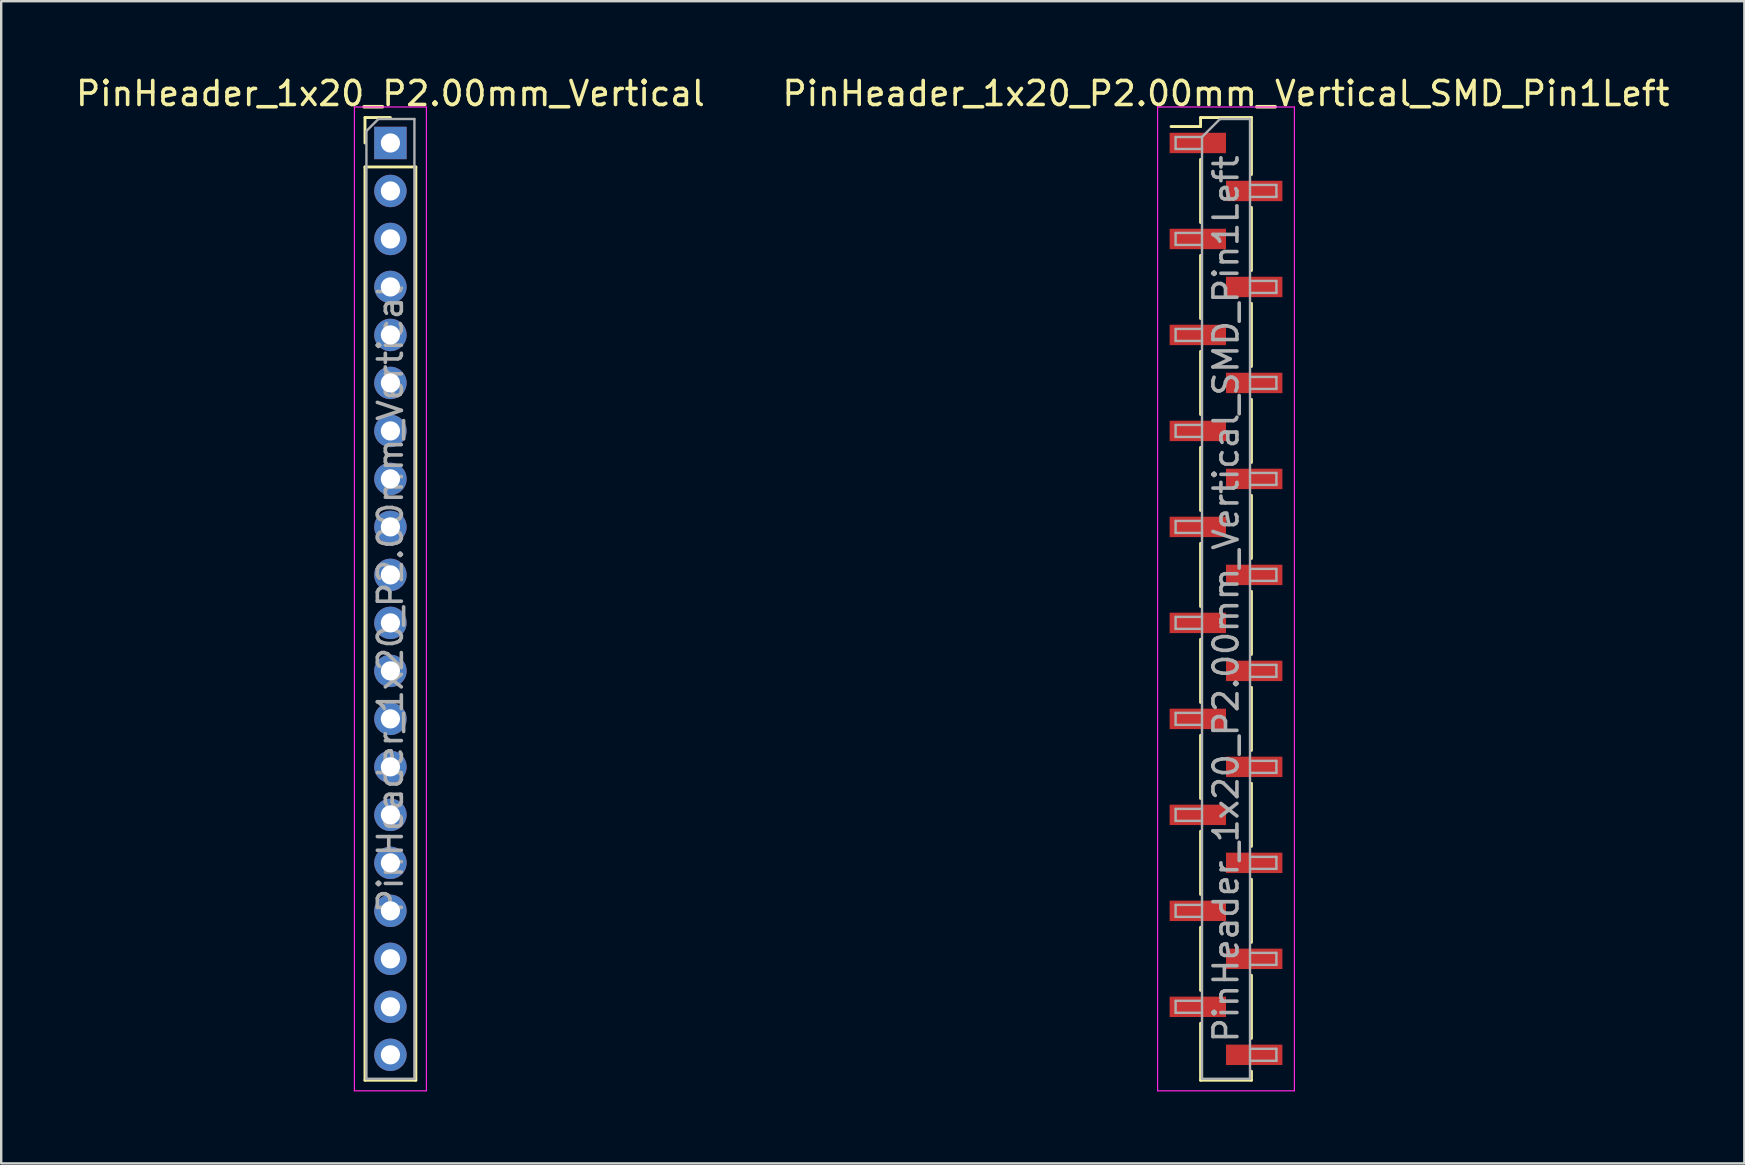
<source format=kicad_pcb>
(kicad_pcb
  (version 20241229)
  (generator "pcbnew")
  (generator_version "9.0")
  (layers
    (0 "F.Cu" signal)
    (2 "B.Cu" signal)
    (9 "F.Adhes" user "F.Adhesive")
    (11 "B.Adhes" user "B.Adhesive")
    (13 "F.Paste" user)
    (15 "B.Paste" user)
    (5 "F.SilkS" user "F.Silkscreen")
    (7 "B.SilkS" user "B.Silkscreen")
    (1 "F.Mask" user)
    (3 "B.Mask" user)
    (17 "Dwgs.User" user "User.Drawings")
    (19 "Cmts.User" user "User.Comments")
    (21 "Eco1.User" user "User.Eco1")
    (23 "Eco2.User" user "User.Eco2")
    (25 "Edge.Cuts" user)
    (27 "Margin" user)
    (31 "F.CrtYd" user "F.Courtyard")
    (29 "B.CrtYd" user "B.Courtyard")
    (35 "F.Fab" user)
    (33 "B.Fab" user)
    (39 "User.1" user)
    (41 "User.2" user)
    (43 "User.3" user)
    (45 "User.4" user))
  (footprint "PinHeader_1x20_P2.00mm_Vertical_SMD_Pin1Left"
    (layer "F.Cu")
    (at 48.042 21.908)
    (property "Reference" "PinHeader_1x20_P2.00mm_Vertical_SMD_Pin1Left" (at 0 -21.06 0) (layer "F.SilkS") (effects (font (size 1 1) (thickness 0.15))))
    (attr smd)
    (fp_line (start -1.06 -20.06) (end -1.06 -19.685) (stroke (width 0.12) (type solid)) (layer "F.SilkS"))
    (fp_line (start -1.06 -20.06) (end 1.06 -20.06) (stroke (width 0.12) (type solid)) (layer "F.SilkS"))
    (fp_line (start -1.06 -19.685) (end -2.29 -19.685) (stroke (width 0.12) (type solid)) (layer "F.SilkS"))
    (fp_line (start -1.06 -18.315) (end -1.06 -15.685) (stroke (width 0.12) (type solid)) (layer "F.SilkS"))
    (fp_line (start -1.06 -14.315) (end -1.06 -11.685) (stroke (width 0.12) (type solid)) (layer "F.SilkS"))
    (fp_line (start -1.06 -10.315) (end -1.06 -7.685) (stroke (width 0.12) (type solid)) (layer "F.SilkS"))
    (fp_line (start -1.06 -6.315) (end -1.06 -3.685) (stroke (width 0.12) (type solid)) (layer "F.SilkS"))
    (fp_line (start -1.06 -2.315) (end -1.06 0.315) (stroke (width 0.12) (type solid)) (layer "F.SilkS"))
    (fp_line (start -1.06 1.685) (end -1.06 4.315) (stroke (width 0.12) (type solid)) (layer "F.SilkS"))
    (fp_line (start -1.06 5.685) (end -1.06 8.315) (stroke (width 0.12) (type solid)) (layer "F.SilkS"))
    (fp_line (start -1.06 9.685) (end -1.06 12.315) (stroke (width 0.12) (type solid)) (layer "F.SilkS"))
    (fp_line (start -1.06 13.685) (end -1.06 16.315) (stroke (width 0.12) (type solid)) (layer "F.SilkS"))
    (fp_line (start -1.06 17.685) (end -1.06 20.06) (stroke (width 0.12) (type solid)) (layer "F.SilkS"))
    (fp_line (start -1.06 20.06) (end 1.06 20.06) (stroke (width 0.12) (type solid)) (layer "F.SilkS"))
    (fp_line (start 1.06 -20.06) (end 1.06 -17.685) (stroke (width 0.12) (type solid)) (layer "F.SilkS"))
    (fp_line (start 1.06 -16.315) (end 1.06 -13.685) (stroke (width 0.12) (type solid)) (layer "F.SilkS"))
    (fp_line (start 1.06 -12.315) (end 1.06 -9.685) (stroke (width 0.12) (type solid)) (layer "F.SilkS"))
    (fp_line (start 1.06 -8.315) (end 1.06 -5.685) (stroke (width 0.12) (type solid)) (layer "F.SilkS"))
    (fp_line (start 1.06 -4.315) (end 1.06 -1.685) (stroke (width 0.12) (type solid)) (layer "F.SilkS"))
    (fp_line (start 1.06 -0.315) (end 1.06 2.315) (stroke (width 0.12) (type solid)) (layer "F.SilkS"))
    (fp_line (start 1.06 3.685) (end 1.06 6.315) (stroke (width 0.12) (type solid)) (layer "F.SilkS"))
    (fp_line (start 1.06 7.685) (end 1.06 10.315) (stroke (width 0.12) (type solid)) (layer "F.SilkS"))
    (fp_line (start 1.06 11.685) (end 1.06 14.315) (stroke (width 0.12) (type solid)) (layer "F.SilkS"))
    (fp_line (start 1.06 15.685) (end 1.06 18.315) (stroke (width 0.12) (type solid)) (layer "F.SilkS"))
    (fp_line (start 1.06 19.685) (end 1.06 20.06) (stroke (width 0.12) (type solid)) (layer "F.SilkS"))
    (fp_line (start -2.85 -20.5) (end -2.85 20.5) (stroke (width 0.05) (type solid)) (layer "F.CrtYd"))
    (fp_line (start -2.85 20.5) (end 2.85 20.5) (stroke (width 0.05) (type solid)) (layer "F.CrtYd"))
    (fp_line (start 2.85 -20.5) (end -2.85 -20.5) (stroke (width 0.05) (type solid)) (layer "F.CrtYd"))
    (fp_line (start 2.85 20.5) (end 2.85 -20.5) (stroke (width 0.05) (type solid)) (layer "F.CrtYd"))
    (fp_line (start -2.1 -19.25) (end -2.1 -18.75) (stroke (width 0.1) (type solid)) (layer "F.Fab"))
    (fp_line (start -2.1 -18.75) (end -1 -18.75) (stroke (width 0.1) (type solid)) (layer "F.Fab"))
    (fp_line (start -2.1 -15.25) (end -2.1 -14.75) (stroke (width 0.1) (type solid)) (layer "F.Fab"))
    (fp_line (start -2.1 -14.75) (end -1 -14.75) (stroke (width 0.1) (type solid)) (layer "F.Fab"))
    (fp_line (start -2.1 -11.25) (end -2.1 -10.75) (stroke (width 0.1) (type solid)) (layer "F.Fab"))
    (fp_line (start -2.1 -10.75) (end -1 -10.75) (stroke (width 0.1) (type solid)) (layer "F.Fab"))
    (fp_line (start -2.1 -7.25) (end -2.1 -6.75) (stroke (width 0.1) (type solid)) (layer "F.Fab"))
    (fp_line (start -2.1 -6.75) (end -1 -6.75) (stroke (width 0.1) (type solid)) (layer "F.Fab"))
    (fp_line (start -2.1 -3.25) (end -2.1 -2.75) (stroke (width 0.1) (type solid)) (layer "F.Fab"))
    (fp_line (start -2.1 -2.75) (end -1 -2.75) (stroke (width 0.1) (type solid)) (layer "F.Fab"))
    (fp_line (start -2.1 0.75) (end -2.1 1.25) (stroke (width 0.1) (type solid)) (layer "F.Fab"))
    (fp_line (start -2.1 1.25) (end -1 1.25) (stroke (width 0.1) (type solid)) (layer "F.Fab"))
    (fp_line (start -2.1 4.75) (end -2.1 5.25) (stroke (width 0.1) (type solid)) (layer "F.Fab"))
    (fp_line (start -2.1 5.25) (end -1 5.25) (stroke (width 0.1) (type solid)) (layer "F.Fab"))
    (fp_line (start -2.1 8.75) (end -2.1 9.25) (stroke (width 0.1) (type solid)) (layer "F.Fab"))
    (fp_line (start -2.1 9.25) (end -1 9.25) (stroke (width 0.1) (type solid)) (layer "F.Fab"))
    (fp_line (start -2.1 12.75) (end -2.1 13.25) (stroke (width 0.1) (type solid)) (layer "F.Fab"))
    (fp_line (start -2.1 13.25) (end -1 13.25) (stroke (width 0.1) (type solid)) (layer "F.Fab"))
    (fp_line (start -2.1 16.75) (end -2.1 17.25) (stroke (width 0.1) (type solid)) (layer "F.Fab"))
    (fp_line (start -2.1 17.25) (end -1 17.25) (stroke (width 0.1) (type solid)) (layer "F.Fab"))
    (fp_line (start -1 -19.25) (end -2.1 -19.25) (stroke (width 0.1) (type solid)) (layer "F.Fab"))
    (fp_line (start -1 -19.25) (end -0.25 -20) (stroke (width 0.1) (type solid)) (layer "F.Fab"))
    (fp_line (start -1 -15.25) (end -2.1 -15.25) (stroke (width 0.1) (type solid)) (layer "F.Fab"))
    (fp_line (start -1 -11.25) (end -2.1 -11.25) (stroke (width 0.1) (type solid)) (layer "F.Fab"))
    (fp_line (start -1 -7.25) (end -2.1 -7.25) (stroke (width 0.1) (type solid)) (layer "F.Fab"))
    (fp_line (start -1 -3.25) (end -2.1 -3.25) (stroke (width 0.1) (type solid)) (layer "F.Fab"))
    (fp_line (start -1 0.75) (end -2.1 0.75) (stroke (width 0.1) (type solid)) (layer "F.Fab"))
    (fp_line (start -1 4.75) (end -2.1 4.75) (stroke (width 0.1) (type solid)) (layer "F.Fab"))
    (fp_line (start -1 8.75) (end -2.1 8.75) (stroke (width 0.1) (type solid)) (layer "F.Fab"))
    (fp_line (start -1 12.75) (end -2.1 12.75) (stroke (width 0.1) (type solid)) (layer "F.Fab"))
    (fp_line (start -1 16.75) (end -2.1 16.75) (stroke (width 0.1) (type solid)) (layer "F.Fab"))
    (fp_line (start -1 20) (end -1 -19.25) (stroke (width 0.1) (type solid)) (layer "F.Fab"))
    (fp_line (start -0.25 -20) (end 1 -20) (stroke (width 0.1) (type solid)) (layer "F.Fab"))
    (fp_line (start 1 -20) (end 1 20) (stroke (width 0.1) (type solid)) (layer "F.Fab"))
    (fp_line (start 1 -17.25) (end 2.1 -17.25) (stroke (width 0.1) (type solid)) (layer "F.Fab"))
    (fp_line (start 1 -13.25) (end 2.1 -13.25) (stroke (width 0.1) (type solid)) (layer "F.Fab"))
    (fp_line (start 1 -9.25) (end 2.1 -9.25) (stroke (width 0.1) (type solid)) (layer "F.Fab"))
    (fp_line (start 1 -5.25) (end 2.1 -5.25) (stroke (width 0.1) (type solid)) (layer "F.Fab"))
    (fp_line (start 1 -1.25) (end 2.1 -1.25) (stroke (width 0.1) (type solid)) (layer "F.Fab"))
    (fp_line (start 1 2.75) (end 2.1 2.75) (stroke (width 0.1) (type solid)) (layer "F.Fab"))
    (fp_line (start 1 6.75) (end 2.1 6.75) (stroke (width 0.1) (type solid)) (layer "F.Fab"))
    (fp_line (start 1 10.75) (end 2.1 10.75) (stroke (width 0.1) (type solid)) (layer "F.Fab"))
    (fp_line (start 1 14.75) (end 2.1 14.75) (stroke (width 0.1) (type solid)) (layer "F.Fab"))
    (fp_line (start 1 18.75) (end 2.1 18.75) (stroke (width 0.1) (type solid)) (layer "F.Fab"))
    (fp_line (start 1 20) (end -1 20) (stroke (width 0.1) (type solid)) (layer "F.Fab"))
    (fp_line (start 2.1 -17.25) (end 2.1 -16.75) (stroke (width 0.1) (type solid)) (layer "F.Fab"))
    (fp_line (start 2.1 -16.75) (end 1 -16.75) (stroke (width 0.1) (type solid)) (layer "F.Fab"))
    (fp_line (start 2.1 -13.25) (end 2.1 -12.75) (stroke (width 0.1) (type solid)) (layer "F.Fab"))
    (fp_line (start 2.1 -12.75) (end 1 -12.75) (stroke (width 0.1) (type solid)) (layer "F.Fab"))
    (fp_line (start 2.1 -9.25) (end 2.1 -8.75) (stroke (width 0.1) (type solid)) (layer "F.Fab"))
    (fp_line (start 2.1 -8.75) (end 1 -8.75) (stroke (width 0.1) (type solid)) (layer "F.Fab"))
    (fp_line (start 2.1 -5.25) (end 2.1 -4.75) (stroke (width 0.1) (type solid)) (layer "F.Fab"))
    (fp_line (start 2.1 -4.75) (end 1 -4.75) (stroke (width 0.1) (type solid)) (layer "F.Fab"))
    (fp_line (start 2.1 -1.25) (end 2.1 -0.75) (stroke (width 0.1) (type solid)) (layer "F.Fab"))
    (fp_line (start 2.1 -0.75) (end 1 -0.75) (stroke (width 0.1) (type solid)) (layer "F.Fab"))
    (fp_line (start 2.1 2.75) (end 2.1 3.25) (stroke (width 0.1) (type solid)) (layer "F.Fab"))
    (fp_line (start 2.1 3.25) (end 1 3.25) (stroke (width 0.1) (type solid)) (layer "F.Fab"))
    (fp_line (start 2.1 6.75) (end 2.1 7.25) (stroke (width 0.1) (type solid)) (layer "F.Fab"))
    (fp_line (start 2.1 7.25) (end 1 7.25) (stroke (width 0.1) (type solid)) (layer "F.Fab"))
    (fp_line (start 2.1 10.75) (end 2.1 11.25) (stroke (width 0.1) (type solid)) (layer "F.Fab"))
    (fp_line (start 2.1 11.25) (end 1 11.25) (stroke (width 0.1) (type solid)) (layer "F.Fab"))
    (fp_line (start 2.1 14.75) (end 2.1 15.25) (stroke (width 0.1) (type solid)) (layer "F.Fab"))
    (fp_line (start 2.1 15.25) (end 1 15.25) (stroke (width 0.1) (type solid)) (layer "F.Fab"))
    (fp_line (start 2.1 18.75) (end 2.1 19.25) (stroke (width 0.1) (type solid)) (layer "F.Fab"))
    (fp_line (start 2.1 19.25) (end 1 19.25) (stroke (width 0.1) (type solid)) (layer "F.Fab"))
    (fp_text user "${REFERENCE}" (at 0 0 90) (layer "F.Fab") (effects (font (size 1 1) (thickness 0.15))))
    (pad "1" smd rect (at -1.175 -19) (size 2.35 0.85) (layers "F.Cu" "F.Mask" "F.Paste"))
    (pad "2" smd rect (at 1.175 -17) (size 2.35 0.85) (layers "F.Cu" "F.Mask" "F.Paste"))
    (pad "3" smd rect (at -1.175 -15) (size 2.35 0.85) (layers "F.Cu" "F.Mask" "F.Paste"))
    (pad "4" smd rect (at 1.175 -13) (size 2.35 0.85) (layers "F.Cu" "F.Mask" "F.Paste"))
    (pad "5" smd rect (at -1.175 -11) (size 2.35 0.85) (layers "F.Cu" "F.Mask" "F.Paste"))
    (pad "6" smd rect (at 1.175 -9) (size 2.35 0.85) (layers "F.Cu" "F.Mask" "F.Paste"))
    (pad "7" smd rect (at -1.175 -7) (size 2.35 0.85) (layers "F.Cu" "F.Mask" "F.Paste"))
    (pad "8" smd rect (at 1.175 -5) (size 2.35 0.85) (layers "F.Cu" "F.Mask" "F.Paste"))
    (pad "9" smd rect (at -1.175 -3) (size 2.35 0.85) (layers "F.Cu" "F.Mask" "F.Paste"))
    (pad "10" smd rect (at 1.175 -1) (size 2.35 0.85) (layers "F.Cu" "F.Mask" "F.Paste"))
    (pad "11" smd rect (at -1.175 1) (size 2.35 0.85) (layers "F.Cu" "F.Mask" "F.Paste"))
    (pad "12" smd rect (at 1.175 3) (size 2.35 0.85) (layers "F.Cu" "F.Mask" "F.Paste"))
    (pad "13" smd rect (at -1.175 5) (size 2.35 0.85) (layers "F.Cu" "F.Mask" "F.Paste"))
    (pad "14" smd rect (at 1.175 7) (size 2.35 0.85) (layers "F.Cu" "F.Mask" "F.Paste"))
    (pad "15" smd rect (at -1.175 9) (size 2.35 0.85) (layers "F.Cu" "F.Mask" "F.Paste"))
    (pad "16" smd rect (at 1.175 11) (size 2.35 0.85) (layers "F.Cu" "F.Mask" "F.Paste"))
    (pad "17" smd rect (at -1.175 13) (size 2.35 0.85) (layers "F.Cu" "F.Mask" "F.Paste"))
    (pad "18" smd rect (at 1.175 15) (size 2.35 0.85) (layers "F.Cu" "F.Mask" "F.Paste"))
    (pad "19" smd rect (at -1.175 17) (size 2.35 0.85) (layers "F.Cu" "F.Mask" "F.Paste"))
    (pad "20" smd rect (at 1.175 19) (size 2.35 0.85) (layers "F.Cu" "F.Mask" "F.Paste")))
  (footprint "PinHeader_1x20_P2.00mm_Vertical"
    (layer "F.Cu")
    (at 13.22 2.908)
    (property "Reference" "PinHeader_1x20_P2.00mm_Vertical" (at 0 -2.06 0) (layer "F.SilkS") (effects (font (size 1 1) (thickness 0.15))))
    (attr through_hole)
    (fp_line (start -1.06 -1.06) (end 0 -1.06) (stroke (width 0.12) (type solid)) (layer "F.SilkS"))
    (fp_line (start -1.06 0) (end -1.06 -1.06) (stroke (width 0.12) (type solid)) (layer "F.SilkS"))
    (fp_line (start -1.06 1) (end -1.06 39.06) (stroke (width 0.12) (type solid)) (layer "F.SilkS"))
    (fp_line (start -1.06 1) (end 1.06 1) (stroke (width 0.12) (type solid)) (layer "F.SilkS"))
    (fp_line (start -1.06 39.06) (end 1.06 39.06) (stroke (width 0.12) (type solid)) (layer "F.SilkS"))
    (fp_line (start 1.06 1) (end 1.06 39.06) (stroke (width 0.12) (type solid)) (layer "F.SilkS"))
    (fp_line (start -1.5 -1.5) (end -1.5 39.5) (stroke (width 0.05) (type solid)) (layer "F.CrtYd"))
    (fp_line (start -1.5 39.5) (end 1.5 39.5) (stroke (width 0.05) (type solid)) (layer "F.CrtYd"))
    (fp_line (start 1.5 -1.5) (end -1.5 -1.5) (stroke (width 0.05) (type solid)) (layer "F.CrtYd"))
    (fp_line (start 1.5 39.5) (end 1.5 -1.5) (stroke (width 0.05) (type solid)) (layer "F.CrtYd"))
    (fp_line (start -1 -0.5) (end -0.5 -1) (stroke (width 0.1) (type solid)) (layer "F.Fab"))
    (fp_line (start -1 39) (end -1 -0.5) (stroke (width 0.1) (type solid)) (layer "F.Fab"))
    (fp_line (start -0.5 -1) (end 1 -1) (stroke (width 0.1) (type solid)) (layer "F.Fab"))
    (fp_line (start 1 -1) (end 1 39) (stroke (width 0.1) (type solid)) (layer "F.Fab"))
    (fp_line (start 1 39) (end -1 39) (stroke (width 0.1) (type solid)) (layer "F.Fab"))
    (fp_text user "${REFERENCE}" (at 0 19 90) (layer "F.Fab") (effects (font (size 1 1) (thickness 0.15))))
    (pad "1" thru_hole rect (at 0 0) (size 1.35 1.35) (drill 0.8) (layers "*.Cu" "*.Mask"))
    (pad "2" thru_hole oval (at 0 2) (size 1.35 1.35) (drill 0.8) (layers "*.Cu" "*.Mask"))
    (pad "3" thru_hole oval (at 0 4) (size 1.35 1.35) (drill 0.8) (layers "*.Cu" "*.Mask"))
    (pad "4" thru_hole oval (at 0 6) (size 1.35 1.35) (drill 0.8) (layers "*.Cu" "*.Mask"))
    (pad "5" thru_hole oval (at 0 8) (size 1.35 1.35) (drill 0.8) (layers "*.Cu" "*.Mask"))
    (pad "6" thru_hole oval (at 0 10) (size 1.35 1.35) (drill 0.8) (layers "*.Cu" "*.Mask"))
    (pad "7" thru_hole oval (at 0 12) (size 1.35 1.35) (drill 0.8) (layers "*.Cu" "*.Mask"))
    (pad "8" thru_hole oval (at 0 14) (size 1.35 1.35) (drill 0.8) (layers "*.Cu" "*.Mask"))
    (pad "9" thru_hole oval (at 0 16) (size 1.35 1.35) (drill 0.8) (layers "*.Cu" "*.Mask"))
    (pad "10" thru_hole oval (at 0 18) (size 1.35 1.35) (drill 0.8) (layers "*.Cu" "*.Mask"))
    (pad "11" thru_hole oval (at 0 20) (size 1.35 1.35) (drill 0.8) (layers "*.Cu" "*.Mask"))
    (pad "12" thru_hole oval (at 0 22) (size 1.35 1.35) (drill 0.8) (layers "*.Cu" "*.Mask"))
    (pad "13" thru_hole oval (at 0 24) (size 1.35 1.35) (drill 0.8) (layers "*.Cu" "*.Mask"))
    (pad "14" thru_hole oval (at 0 26) (size 1.35 1.35) (drill 0.8) (layers "*.Cu" "*.Mask"))
    (pad "15" thru_hole oval (at 0 28) (size 1.35 1.35) (drill 0.8) (layers "*.Cu" "*.Mask"))
    (pad "16" thru_hole oval (at 0 30) (size 1.35 1.35) (drill 0.8) (layers "*.Cu" "*.Mask"))
    (pad "17" thru_hole oval (at 0 32) (size 1.35 1.35) (drill 0.8) (layers "*.Cu" "*.Mask"))
    (pad "18" thru_hole oval (at 0 34) (size 1.35 1.35) (drill 0.8) (layers "*.Cu" "*.Mask"))
    (pad "19" thru_hole oval (at 0 36) (size 1.35 1.35) (drill 0.8) (layers "*.Cu" "*.Mask"))
    (pad "20" thru_hole oval (at 0 38) (size 1.35 1.35) (drill 0.8) (layers "*.Cu" "*.Mask")))
  (gr_rect
    (start -3 -3)
    (end 69.643 45.433)
    (stroke (width 0.1) (type default))
    (fill no)
    (layer "Edge.Cuts")))
</source>
